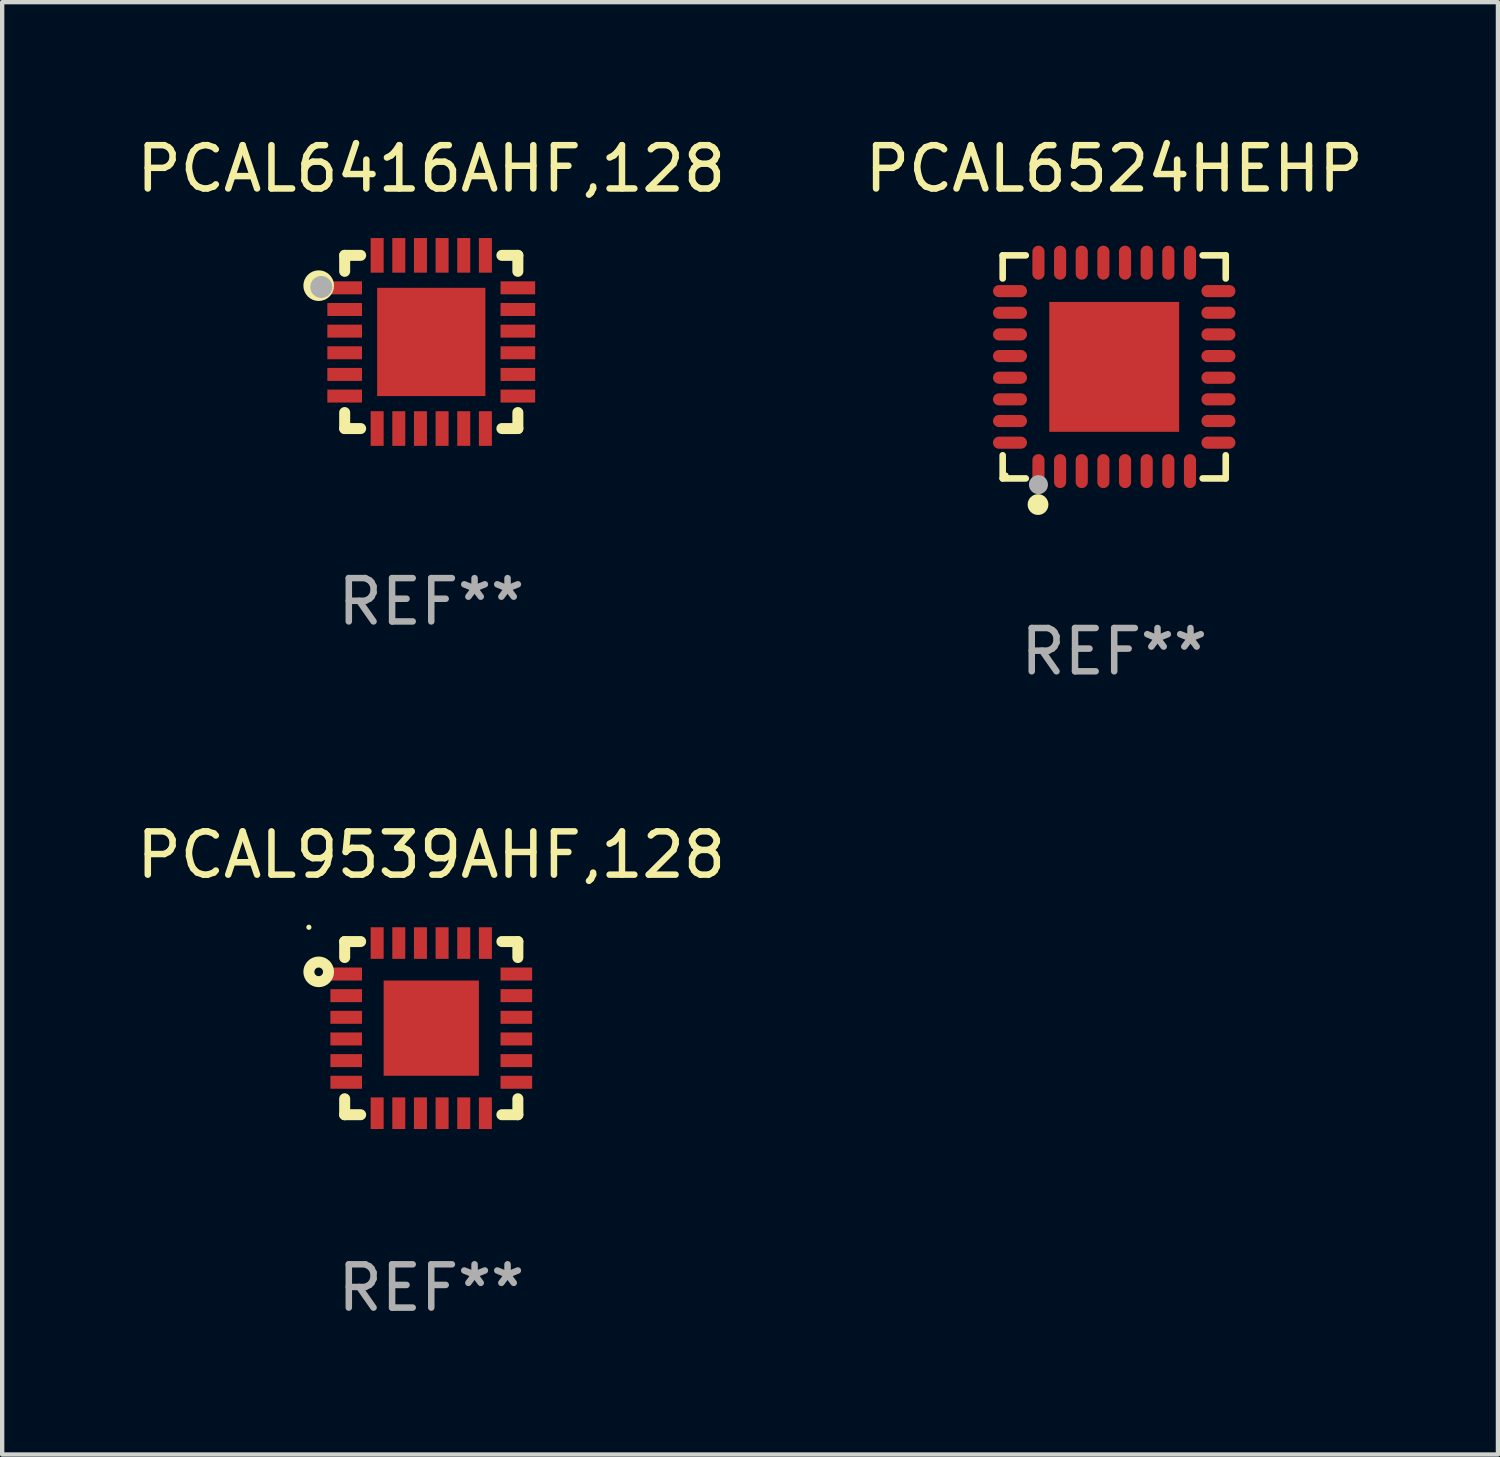
<source format=kicad_pcb>
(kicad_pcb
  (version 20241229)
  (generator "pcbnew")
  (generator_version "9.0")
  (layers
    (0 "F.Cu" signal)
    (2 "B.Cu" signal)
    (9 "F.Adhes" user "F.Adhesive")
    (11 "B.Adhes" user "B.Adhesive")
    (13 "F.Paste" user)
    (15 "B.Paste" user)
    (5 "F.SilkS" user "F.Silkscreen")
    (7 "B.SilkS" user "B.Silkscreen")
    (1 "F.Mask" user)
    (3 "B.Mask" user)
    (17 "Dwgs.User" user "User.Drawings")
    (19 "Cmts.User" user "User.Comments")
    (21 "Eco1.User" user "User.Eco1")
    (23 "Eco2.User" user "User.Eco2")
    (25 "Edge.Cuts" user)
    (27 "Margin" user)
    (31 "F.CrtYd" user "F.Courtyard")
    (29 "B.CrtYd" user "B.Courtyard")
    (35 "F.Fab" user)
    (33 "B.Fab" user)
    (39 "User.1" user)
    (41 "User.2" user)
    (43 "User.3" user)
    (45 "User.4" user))
  (footprint "PCAL9539AHF,128"
    (layer "F.Cu")
    (at 6.911 20.697)
    (property "Reference" "PCAL9539AHF,128" (at 0 -4 0) (layer "F.SilkS") (effects (font (size 1 1) (thickness 0.15))))
    (attr through_hole)
    (fp_line (start -2 -2) (end -1.631 -2) (stroke (width 0.254) (type solid)) (layer "F.SilkS"))
    (fp_line (start -2 -1.631) (end -2 -2) (stroke (width 0.254) (type solid)) (layer "F.SilkS"))
    (fp_line (start -2 2) (end -2 1.631) (stroke (width 0.254) (type solid)) (layer "F.SilkS"))
    (fp_line (start -1.631 2) (end -2 2) (stroke (width 0.254) (type solid)) (layer "F.SilkS"))
    (fp_line (start 1.631 -2) (end 2 -2) (stroke (width 0.254) (type solid)) (layer "F.SilkS"))
    (fp_line (start 2 -2) (end 2 -1.631) (stroke (width 0.254) (type solid)) (layer "F.SilkS"))
    (fp_line (start 2 1.631) (end 2 2) (stroke (width 0.254) (type solid)) (layer "F.SilkS"))
    (fp_line (start 2 2) (end 1.631 2) (stroke (width 0.254) (type solid)) (layer "F.SilkS"))
    (fp_circle (center -2.827 -2.33) (end -2.797 -2.33) (stroke (width 0.06) (type solid)) (fill no) (layer "F.SilkS"))
    (fp_circle (center -2.6 -1.3) (end -2.5 -1.3) (stroke (width 0.254) (type solid)) (fill no) (layer "F.SilkS"))
    (fp_text user "REF**" (at 0 6 0) (layer "F.Fab") (effects (font (size 1 1) (thickness 0.15))))
    (pad "1" smd rect (at -1.965 -1.25) (size 0.73 0.3) (layers "F.Cu" "F.Mask" "F.Paste"))
    (pad "2" smd rect (at -1.965 -0.75) (size 0.73 0.3) (layers "F.Cu" "F.Mask" "F.Paste"))
    (pad "3" smd rect (at -1.965 -0.25) (size 0.73 0.3) (layers "F.Cu" "F.Mask" "F.Paste"))
    (pad "4" smd rect (at -1.965 0.25) (size 0.73 0.3) (layers "F.Cu" "F.Mask" "F.Paste"))
    (pad "5" smd rect (at -1.965 0.75) (size 0.73 0.3) (layers "F.Cu" "F.Mask" "F.Paste"))
    (pad "6" smd rect (at -1.965 1.25) (size 0.73 0.3) (layers "F.Cu" "F.Mask" "F.Paste"))
    (pad "7" smd rect (at -1.25 1.965) (size 0.3 0.73) (layers "F.Cu" "F.Mask" "F.Paste"))
    (pad "8" smd rect (at -0.75 1.965) (size 0.3 0.73) (layers "F.Cu" "F.Mask" "F.Paste"))
    (pad "9" smd rect (at -0.25 1.965) (size 0.3 0.73) (layers "F.Cu" "F.Mask" "F.Paste"))
    (pad "10" smd rect (at 0.25 1.965) (size 0.3 0.73) (layers "F.Cu" "F.Mask" "F.Paste"))
    (pad "11" smd rect (at 0.75 1.965) (size 0.3 0.73) (layers "F.Cu" "F.Mask" "F.Paste"))
    (pad "12" smd rect (at 1.25 1.965) (size 0.3 0.73) (layers "F.Cu" "F.Mask" "F.Paste"))
    (pad "13" smd rect (at 1.965 1.25) (size 0.73 0.3) (layers "F.Cu" "F.Mask" "F.Paste"))
    (pad "14" smd rect (at 1.965 0.75) (size 0.73 0.3) (layers "F.Cu" "F.Mask" "F.Paste"))
    (pad "15" smd rect (at 1.965 0.25) (size 0.73 0.3) (layers "F.Cu" "F.Mask" "F.Paste"))
    (pad "16" smd rect (at 1.965 -0.25) (size 0.73 0.3) (layers "F.Cu" "F.Mask" "F.Paste"))
    (pad "17" smd rect (at 1.965 -0.75) (size 0.73 0.3) (layers "F.Cu" "F.Mask" "F.Paste"))
    (pad "18" smd rect (at 1.965 -1.25) (size 0.73 0.3) (layers "F.Cu" "F.Mask" "F.Paste"))
    (pad "19" smd rect (at 1.25 -1.965) (size 0.3 0.73) (layers "F.Cu" "F.Mask" "F.Paste"))
    (pad "20" smd rect (at 0.75 -1.965) (size 0.3 0.73) (layers "F.Cu" "F.Mask" "F.Paste"))
    (pad "21" smd rect (at 0.25 -1.965) (size 0.3 0.73) (layers "F.Cu" "F.Mask" "F.Paste"))
    (pad "22" smd rect (at -0.25 -1.965) (size 0.3 0.73) (layers "F.Cu" "F.Mask" "F.Paste"))
    (pad "23" smd rect (at -0.75 -1.965) (size 0.3 0.73) (layers "F.Cu" "F.Mask" "F.Paste"))
    (pad "24" smd rect (at -1.25 -1.965) (size 0.3 0.73) (layers "F.Cu" "F.Mask" "F.Paste"))
    (pad "25" smd rect (at 0 0) (size 2.2 2.2) (layers "F.Cu" "F.Mask" "F.Paste")))
  (footprint "PCAL6416AHF,128"
    (layer "F.Cu")
    (at 6.911 4.848)
    (property "Reference" "PCAL6416AHF,128" (at 0 -4 0) (layer "F.SilkS") (effects (font (size 1 1) (thickness 0.15))))
    (attr through_hole)
    (fp_line (start -2 -2) (end -1.631 -2) (stroke (width 0.254) (type solid)) (layer "F.SilkS"))
    (fp_line (start -2 -1.631) (end -2 -2) (stroke (width 0.254) (type solid)) (layer "F.SilkS"))
    (fp_line (start -2 2) (end -2 1.631) (stroke (width 0.254) (type solid)) (layer "F.SilkS"))
    (fp_line (start -1.631 2) (end -2 2) (stroke (width 0.254) (type solid)) (layer "F.SilkS"))
    (fp_line (start 1.631 -2) (end 2 -2) (stroke (width 0.254) (type solid)) (layer "F.SilkS"))
    (fp_line (start 2 -2) (end 2 -1.631) (stroke (width 0.254) (type solid)) (layer "F.SilkS"))
    (fp_line (start 2 1.631) (end 2 2) (stroke (width 0.254) (type solid)) (layer "F.SilkS"))
    (fp_line (start 2 2) (end 1.631 2) (stroke (width 0.254) (type solid)) (layer "F.SilkS"))
    (fp_circle (center -2.6 -1.3) (end -2.5 -1.3) (stroke (width 0.254) (type solid)) (fill no) (layer "F.SilkS"))
    (fp_circle (center -1.95 -1.95) (end -1.9 -1.95) (stroke (width 0.1) (type solid)) (fill no) (layer "F.SilkS"))
    (fp_circle (center -2.54 -1.27) (end -2.413 -1.27) (stroke (width 0.254) (type solid)) (fill no) (layer "F.Fab"))
    (fp_text user "REF**" (at 0 6 0) (layer "F.Fab") (effects (font (size 1 1) (thickness 0.15))))
    (pad "1" smd rect (at -2 -1.25) (size 0.8 0.3) (layers "F.Cu" "F.Mask" "F.Paste"))
    (pad "2" smd rect (at -2 -0.75) (size 0.8 0.3) (layers "F.Cu" "F.Mask" "F.Paste"))
    (pad "3" smd rect (at -2 -0.25) (size 0.8 0.3) (layers "F.Cu" "F.Mask" "F.Paste"))
    (pad "4" smd rect (at -2 0.25) (size 0.8 0.3) (layers "F.Cu" "F.Mask" "F.Paste"))
    (pad "5" smd rect (at -2 0.75) (size 0.8 0.3) (layers "F.Cu" "F.Mask" "F.Paste"))
    (pad "6" smd rect (at -2 1.25) (size 0.8 0.3) (layers "F.Cu" "F.Mask" "F.Paste"))
    (pad "7" smd rect (at -1.25 2) (size 0.3 0.8) (layers "F.Cu" "F.Mask" "F.Paste"))
    (pad "8" smd rect (at -0.75 2) (size 0.3 0.8) (layers "F.Cu" "F.Mask" "F.Paste"))
    (pad "9" smd rect (at -0.25 2) (size 0.3 0.8) (layers "F.Cu" "F.Mask" "F.Paste"))
    (pad "10" smd rect (at 0.25 2) (size 0.3 0.8) (layers "F.Cu" "F.Mask" "F.Paste"))
    (pad "11" smd rect (at 0.75 2) (size 0.3 0.8) (layers "F.Cu" "F.Mask" "F.Paste"))
    (pad "12" smd rect (at 1.25 2) (size 0.3 0.8) (layers "F.Cu" "F.Mask" "F.Paste"))
    (pad "13" smd rect (at 2 1.25) (size 0.8 0.3) (layers "F.Cu" "F.Mask" "F.Paste"))
    (pad "14" smd rect (at 2 0.75) (size 0.8 0.3) (layers "F.Cu" "F.Mask" "F.Paste"))
    (pad "15" smd rect (at 2 0.25) (size 0.8 0.3) (layers "F.Cu" "F.Mask" "F.Paste"))
    (pad "16" smd rect (at 2 -0.25) (size 0.8 0.3) (layers "F.Cu" "F.Mask" "F.Paste"))
    (pad "17" smd rect (at 2 -0.75) (size 0.8 0.3) (layers "F.Cu" "F.Mask" "F.Paste"))
    (pad "18" smd rect (at 2 -1.25) (size 0.8 0.3) (layers "F.Cu" "F.Mask" "F.Paste"))
    (pad "19" smd rect (at 1.25 -2) (size 0.3 0.8) (layers "F.Cu" "F.Mask" "F.Paste"))
    (pad "20" smd rect (at 0.75 -2) (size 0.3 0.8) (layers "F.Cu" "F.Mask" "F.Paste"))
    (pad "21" smd rect (at 0.25 -2) (size 0.3 0.8) (layers "F.Cu" "F.Mask" "F.Paste"))
    (pad "22" smd rect (at -0.25 -2) (size 0.3 0.8) (layers "F.Cu" "F.Mask" "F.Paste"))
    (pad "23" smd rect (at -0.75 -2) (size 0.3 0.8) (layers "F.Cu" "F.Mask" "F.Paste"))
    (pad "24" smd rect (at -1.25 -2) (size 0.3 0.8) (layers "F.Cu" "F.Mask" "F.Paste"))
    (pad "25" smd rect (at 0 0) (size 2.5 2.5) (layers "F.Cu" "F.Mask" "F.Paste")))
  (footprint "PCAL6524HEHP"
    (layer "F.Cu")
    (at 22.685 5.424)
    (property "Reference" "PCAL6524HEHP" (at 0 -4.576 0) (layer "F.SilkS") (effects (font (size 1 1) (thickness 0.15))))
    (attr through_hole)
    (fp_line (start -2.576 -2.576) (end -2.576 -2.042) (stroke (width 0.152) (type solid)) (layer "F.SilkS"))
    (fp_line (start -2.576 2.576) (end -2.576 2.042) (stroke (width 0.152) (type solid)) (layer "F.SilkS"))
    (fp_line (start -2.042 -2.576) (end -2.576 -2.576) (stroke (width 0.152) (type solid)) (layer "F.SilkS"))
    (fp_line (start -2.042 2.576) (end -2.576 2.576) (stroke (width 0.152) (type solid)) (layer "F.SilkS"))
    (fp_line (start 2.042 -2.576) (end 2.576 -2.576) (stroke (width 0.152) (type solid)) (layer "F.SilkS"))
    (fp_line (start 2.042 2.576) (end 2.576 2.576) (stroke (width 0.152) (type solid)) (layer "F.SilkS"))
    (fp_line (start 2.576 -2.576) (end 2.576 -2.042) (stroke (width 0.152) (type solid)) (layer "F.SilkS"))
    (fp_line (start 2.576 2.576) (end 2.576 2.042) (stroke (width 0.152) (type solid)) (layer "F.SilkS"))
    (fp_circle (center -2.5 2.5) (end -2.47 2.5) (stroke (width 0.06) (type solid)) (fill no) (layer "F.SilkS"))
    (fp_circle (center -1.76 3.18) (end -1.64 3.18) (stroke (width 0.24) (type solid)) (fill no) (layer "F.SilkS"))
    (fp_circle (center -1.75 2.72) (end -1.64 2.72) (stroke (width 0.22) (type solid)) (fill no) (layer "F.Fab"))
    (fp_text user "REF**" (at 0 6.576 0) (layer "F.Fab") (effects (font (size 1 1) (thickness 0.15))))
    (pad "1" smd oval (at -1.75 2.407) (size 0.28 0.785) (layers "F.Cu" "F.Mask" "F.Paste"))
    (pad "2" smd oval (at -1.25 2.407) (size 0.28 0.785) (layers "F.Cu" "F.Mask" "F.Paste"))
    (pad "3" smd oval (at -0.75 2.407) (size 0.28 0.785) (layers "F.Cu" "F.Mask" "F.Paste"))
    (pad "4" smd oval (at -0.25 2.407) (size 0.28 0.785) (layers "F.Cu" "F.Mask" "F.Paste"))
    (pad "5" smd oval (at 0.25 2.407) (size 0.28 0.785) (layers "F.Cu" "F.Mask" "F.Paste"))
    (pad "6" smd oval (at 0.75 2.407) (size 0.28 0.785) (layers "F.Cu" "F.Mask" "F.Paste"))
    (pad "7" smd oval (at 1.25 2.407) (size 0.28 0.785) (layers "F.Cu" "F.Mask" "F.Paste"))
    (pad "8" smd oval (at 1.75 2.407) (size 0.28 0.785) (layers "F.Cu" "F.Mask" "F.Paste"))
    (pad "9" smd oval (at 2.407 1.75) (size 0.785 0.28) (layers "F.Cu" "F.Mask" "F.Paste"))
    (pad "10" smd oval (at 2.407 1.25) (size 0.785 0.28) (layers "F.Cu" "F.Mask" "F.Paste"))
    (pad "11" smd oval (at 2.407 0.75) (size 0.785 0.28) (layers "F.Cu" "F.Mask" "F.Paste"))
    (pad "12" smd oval (at 2.407 0.25) (size 0.785 0.28) (layers "F.Cu" "F.Mask" "F.Paste"))
    (pad "13" smd oval (at 2.407 -0.25) (size 0.785 0.28) (layers "F.Cu" "F.Mask" "F.Paste"))
    (pad "14" smd oval (at 2.407 -0.75) (size 0.785 0.28) (layers "F.Cu" "F.Mask" "F.Paste"))
    (pad "15" smd oval (at 2.407 -1.25) (size 0.785 0.28) (layers "F.Cu" "F.Mask" "F.Paste"))
    (pad "16" smd oval (at 2.407 -1.75) (size 0.785 0.28) (layers "F.Cu" "F.Mask" "F.Paste"))
    (pad "17" smd oval (at 1.75 -2.407) (size 0.28 0.785) (layers "F.Cu" "F.Mask" "F.Paste"))
    (pad "18" smd oval (at 1.25 -2.407) (size 0.28 0.785) (layers "F.Cu" "F.Mask" "F.Paste"))
    (pad "19" smd oval (at 0.75 -2.407) (size 0.28 0.785) (layers "F.Cu" "F.Mask" "F.Paste"))
    (pad "20" smd oval (at 0.25 -2.407) (size 0.28 0.785) (layers "F.Cu" "F.Mask" "F.Paste"))
    (pad "21" smd oval (at -0.25 -2.407) (size 0.28 0.785) (layers "F.Cu" "F.Mask" "F.Paste"))
    (pad "22" smd oval (at -0.75 -2.407) (size 0.28 0.785) (layers "F.Cu" "F.Mask" "F.Paste"))
    (pad "23" smd oval (at -1.25 -2.407) (size 0.28 0.785) (layers "F.Cu" "F.Mask" "F.Paste"))
    (pad "24" smd oval (at -1.75 -2.407) (size 0.28 0.785) (layers "F.Cu" "F.Mask" "F.Paste"))
    (pad "25" smd oval (at -2.407 -1.75) (size 0.785 0.28) (layers "F.Cu" "F.Mask" "F.Paste"))
    (pad "26" smd oval (at -2.407 -1.25) (size 0.785 0.28) (layers "F.Cu" "F.Mask" "F.Paste"))
    (pad "27" smd oval (at -2.407 -0.75) (size 0.785 0.28) (layers "F.Cu" "F.Mask" "F.Paste"))
    (pad "28" smd oval (at -2.407 -0.25) (size 0.785 0.28) (layers "F.Cu" "F.Mask" "F.Paste"))
    (pad "29" smd oval (at -2.407 0.25) (size 0.785 0.28) (layers "F.Cu" "F.Mask" "F.Paste"))
    (pad "30" smd oval (at -2.407 0.75) (size 0.785 0.28) (layers "F.Cu" "F.Mask" "F.Paste"))
    (pad "31" smd oval (at -2.407 1.25) (size 0.785 0.28) (layers "F.Cu" "F.Mask" "F.Paste"))
    (pad "32" smd oval (at -2.407 1.75) (size 0.785 0.28) (layers "F.Cu" "F.Mask" "F.Paste"))
    (pad "33" smd rect (at 0 0) (size 3 3) (layers "F.Cu" "F.Mask" "F.Paste")))
  (gr_rect
    (start -3 -3)
    (end 31.548 30.545)
    (stroke (width 0.1) (type default))
    (fill no)
    (layer "Edge.Cuts")))
</source>
